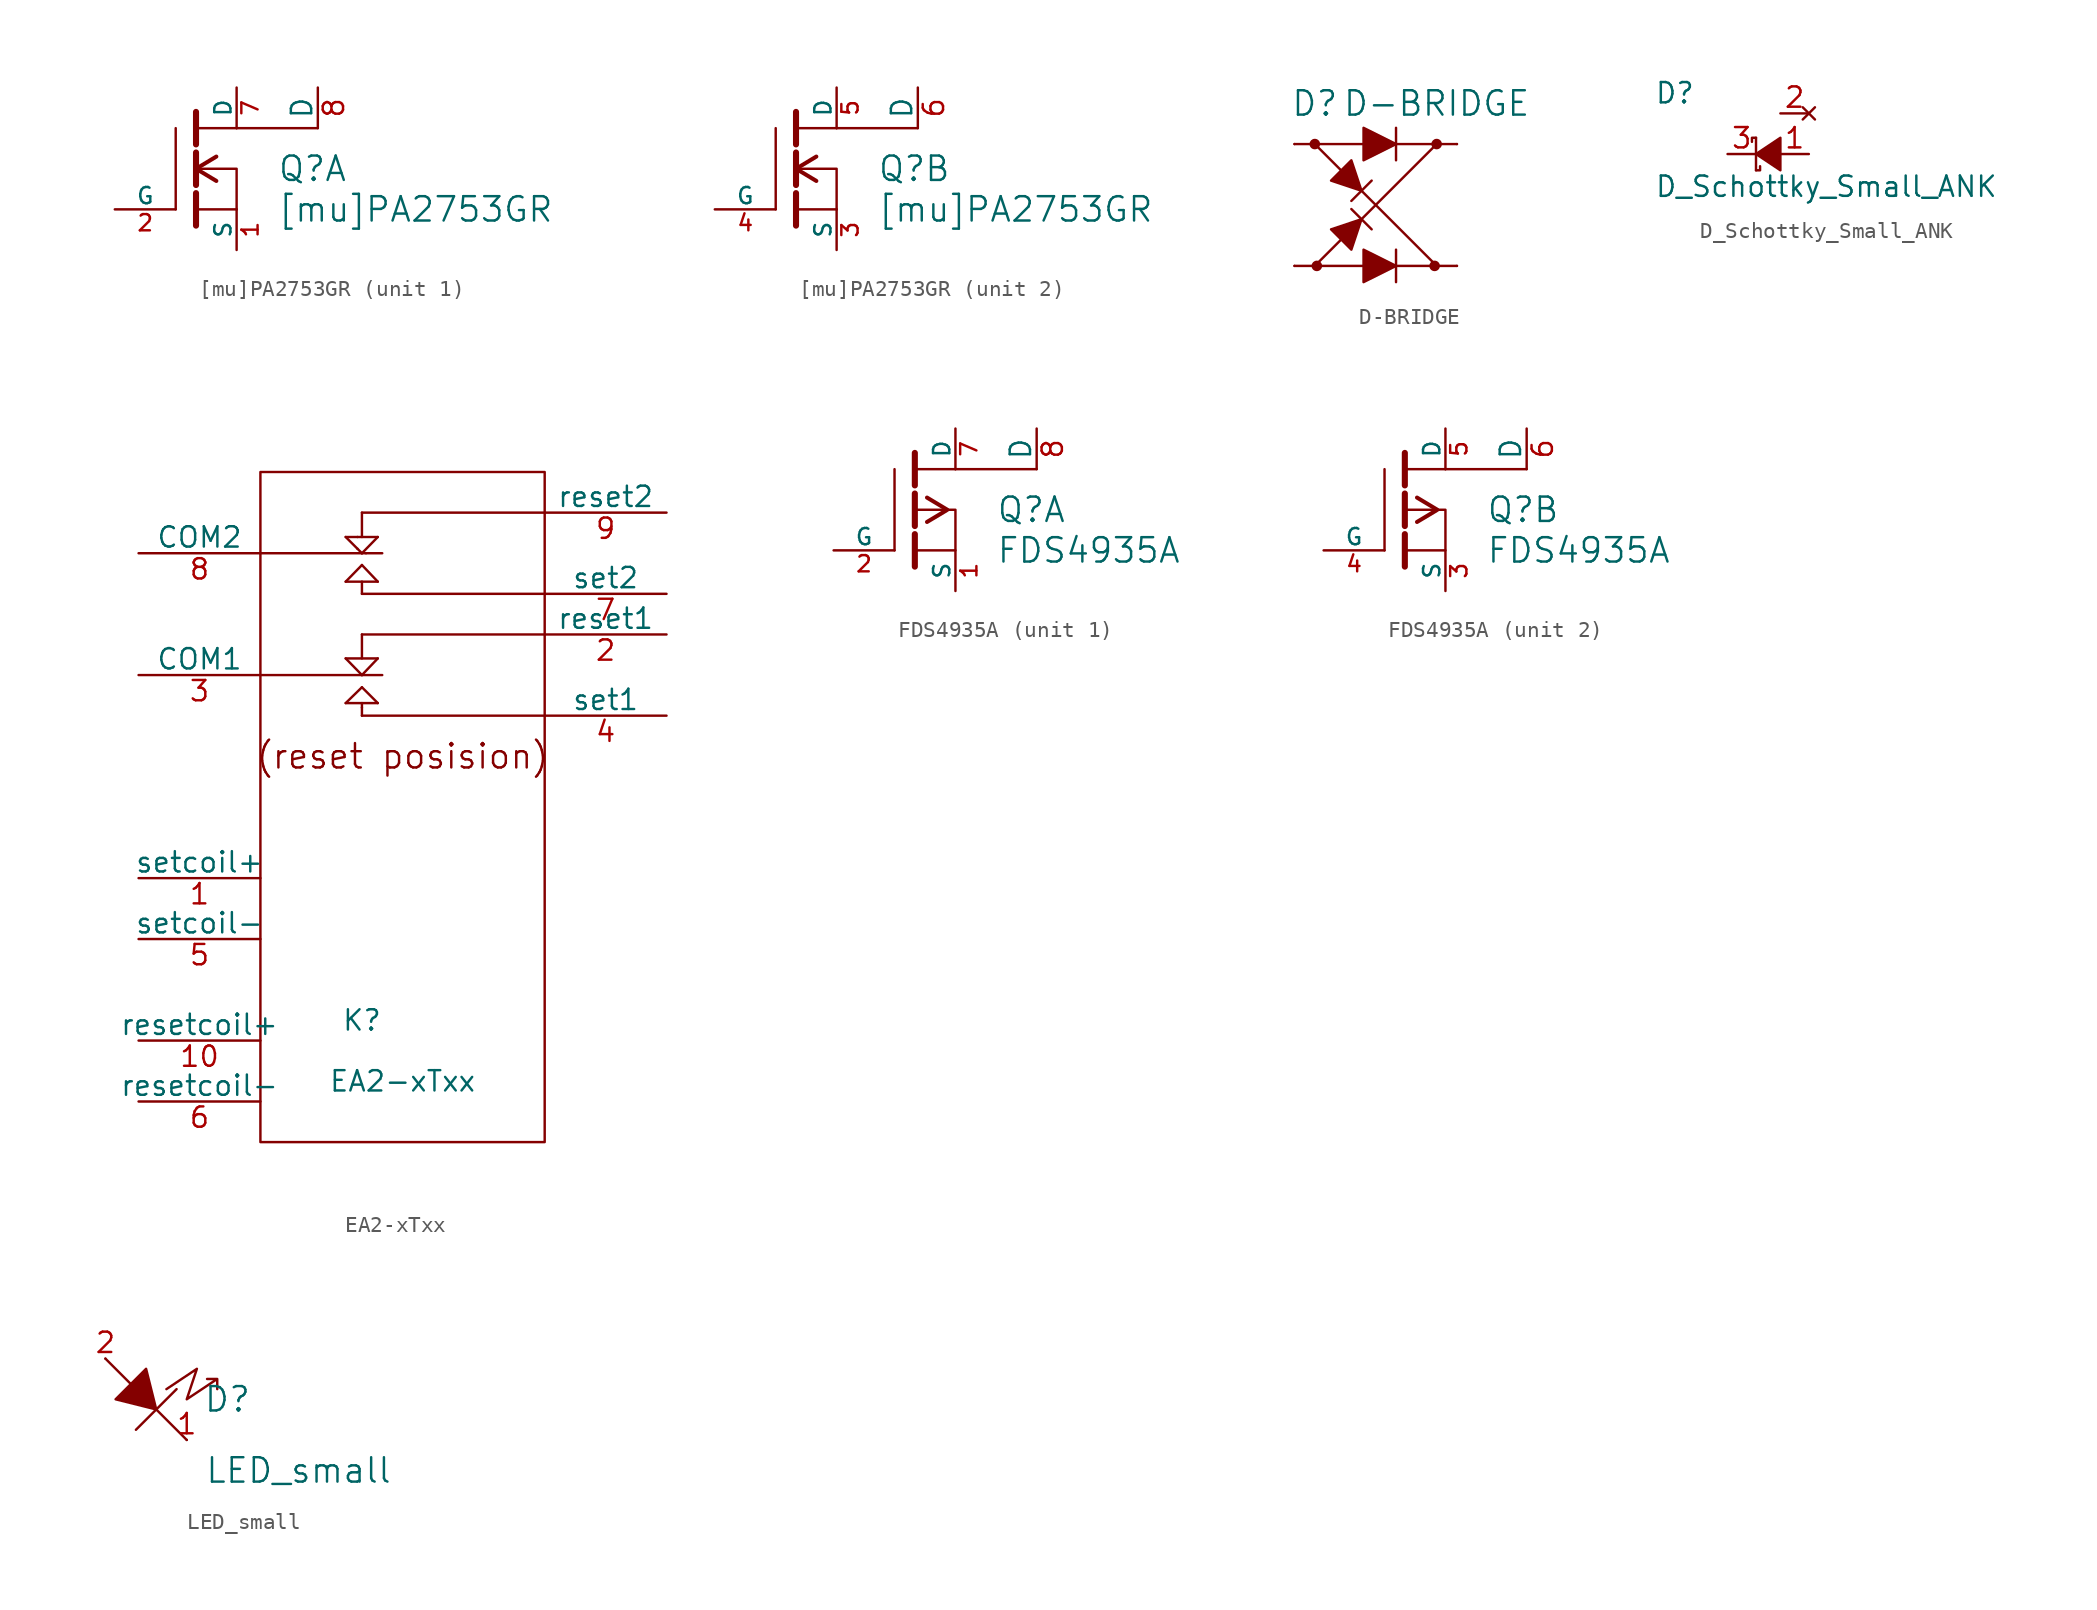
<source format=kicad_sym>
(kicad_symbol_lib
  (version 20220914)
  (generator kicad_symbol_editor)
  (symbol "[mu]PA2753GR"
    (pin_names
      (offset 0))
    (property "Reference" "Q"
      (at 5.08 2.54 0)
      (effects (font (size 1.524 1.524)) (justify left)))
    (property "Value" "[mu]PA2753GR"
      (at 5.08 0 0)
      (effects (font (size 1.524 1.524)) (justify left)))
    (property "Footprint" ""
      (at 0 0 0)
      (effects (font (size 1.524 1.524))))
    (property "Datasheet" ""
      (at 0 0 0)
      (effects (font (size 1.524 1.524))))
    (symbol "[mu]PA2753GR_0_1"
      (polyline (pts (xy -1.27 0) (xy -1.27 5.08)) (stroke (width 0) (type solid)) (fill (type none)))
      (polyline (pts (xy 0 -1.016) (xy 0 1.016)) (stroke (width 0.381) (type solid)) (fill (type none)))
      (polyline (pts (xy 0 1.524) (xy 0 3.556)) (stroke (width 0.381) (type solid)) (fill (type none)))
      (polyline (pts (xy 0 4.064) (xy 0 6.096)) (stroke (width 0.381) (type solid)) (fill (type none)))
      (polyline (pts (xy 2.54 0) (xy 0 0)) (stroke (width 0) (type solid)) (fill (type none)))
      (polyline (pts (xy 2.54 5.08) (xy 0 5.08)) (stroke (width 0) (type solid)) (fill (type none)))
      (polyline (pts (xy 2.54 5.08) (xy 7.62 5.08)) (stroke (width 0) (type solid)) (fill (type none)))
      (polyline (pts (xy 1.27 3.302) (xy 0 2.54) (xy 1.27 1.778)) (stroke (width 0.254) (type solid)) (fill (type none)))
      (polyline (pts (xy 2.54 0) (xy 2.54 2.54) (xy 0.254 2.54)) (stroke (width 0) (type solid)) (fill (type none))))
    (symbol "[mu]PA2753GR_1_1"
      (pin passive line (at 2.54 -2.54 90) (length 2.54) (name "S" (effects (font (size 1.016 1.016)))) (number "1" (effects (font (size 1.016 1.016)))))
      (pin input line (at -5.08 0 0) (length 3.81) (name "G" (effects (font (size 1.016 1.016)))) (number "2" (effects (font (size 1.016 1.016)))))
      (pin passive line (at 2.54 7.62 270) (length 2.54) (name "D" (effects (font (size 1.016 1.016)))) (number "7" (effects (font (size 1.016 1.016)))))
      (pin passive line (at 7.62 7.62 270) (length 2.54) (name "D" (effects (font (size 1.27 1.27)))) (number "8" (effects (font (size 1.27 1.27))))))
    (symbol "[mu]PA2753GR_2_1"
      (pin passive line (at 2.54 -2.54 90) (length 2.54) (name "S" (effects (font (size 1.016 1.016)))) (number "3" (effects (font (size 1.016 1.016)))))
      (pin input line (at -5.08 0 0) (length 3.81) (name "G" (effects (font (size 1.016 1.016)))) (number "4" (effects (font (size 1.016 1.016)))))
      (pin passive line (at 2.54 7.62 270) (length 2.54) (name "D" (effects (font (size 1.016 1.016)))) (number "5" (effects (font (size 1.016 1.016)))))
      (pin passive line (at 7.62 7.62 270) (length 2.54) (name "D" (effects (font (size 1.27 1.27)))) (number "6" (effects (font (size 1.27 1.27)))))))
  (symbol "D-BRIDGE"
    (pin_names
      (offset 1.016))
    (property "Reference" "D"
      (at -3.81 6.35 0)
      (effects (font (size 1.524 1.524))))
    (property "Value" "D-BRIDGE"
      (at 3.81 6.35 0)
      (effects (font (size 1.524 1.524))))
    (property "Footprint" ""
      (at 0 0 0)
      (effects (font (size 1.524 1.524))))
    (property "Datasheet" ""
      (at 0 0 0)
      (effects (font (size 1.524 1.524))))
    (symbol "D-BRIDGE_0_1"
      (circle (center -3.81 3.81) (radius 0.254) (stroke (width 0) (type solid)) (fill (type outline)))
      (circle (center -3.683 -3.81) (radius 0.254) (stroke (width 0) (type solid)) (fill (type outline)))
      (polyline (pts (xy -5.08 3.81) (xy 5.08 3.81)) (stroke (width 0) (type solid)) (fill (type none)))
      (polyline (pts (xy -3.81 -3.81) (xy 3.81 3.81)) (stroke (width 0) (type solid)) (fill (type none)))
      (polyline (pts (xy -3.81 3.81) (xy 3.81 -3.81)) (stroke (width 0) (type solid)) (fill (type none)))
      (polyline (pts (xy -1.524 -0.254) (xy -0.254 -1.524)) (stroke (width 0) (type solid)) (fill (type none)))
      (polyline (pts (xy -1.524 0.254) (xy -0.254 1.524)) (stroke (width 0) (type solid)) (fill (type none)))
      (polyline (pts (xy 1.27 -2.794) (xy 1.27 -4.826)) (stroke (width 0) (type solid)) (fill (type none)))
      (polyline (pts (xy 1.27 4.826) (xy 1.27 2.794)) (stroke (width 0) (type solid)) (fill (type none)))
      (polyline (pts (xy 5.08 -3.81) (xy -5.08 -3.81)) (stroke (width 0) (type solid)) (fill (type none)))
      (polyline (pts (xy -2.794 -1.524) (xy -1.524 -2.794) (xy -0.889 -0.889) (xy -2.794 -1.524)) (stroke (width 0) (type solid)) (fill (type outline)))
      (polyline (pts (xy -2.794 1.524) (xy -1.524 2.794) (xy -0.889 0.889) (xy -2.794 1.524)) (stroke (width 0) (type solid)) (fill (type outline)))
      (polyline (pts (xy -0.762 -2.794) (xy -0.762 -3.81) (xy -0.762 -4.826) (xy 1.27 -3.81) (xy -0.762 -2.794)) (stroke (width 0) (type solid)) (fill (type outline)))
      (polyline (pts (xy -0.762 4.826) (xy -0.762 3.81) (xy -0.762 2.794) (xy 1.27 3.81) (xy -0.762 4.826)) (stroke (width 0) (type solid)) (fill (type outline)))
      (circle (center 3.683 -3.81) (radius 0.254) (stroke (width 0) (type solid)) (fill (type outline)))
      (circle (center 3.81 3.81) (radius 0.254) (stroke (width 0) (type solid)) (fill (type outline))))
    (symbol "D-BRIDGE_1_1"
      (pin input line (at -5.08 -3.81 0) (length 0) (name "~" (effects (font (size 1.27 1.27)))) (number "~" (effects (font (size 1.27 1.27)))))
      (pin input line (at -5.08 3.81 0) (length 0) (name "~" (effects (font (size 1.27 1.27)))) (number "~" (effects (font (size 1.27 1.27)))))
      (pin input line (at 5.08 -3.81 180) (length 0) (name "~" (effects (font (size 1.27 1.27)))) (number "~" (effects (font (size 1.27 1.27)))))
      (pin input line (at 5.08 3.81 180) (length 0) (name "~" (effects (font (size 1.27 1.27)))) (number "~" (effects (font (size 1.27 1.27)))))))
  (symbol "D_Schottky_Small_ANK"
    (pin_names
      (offset 0.254) hide)
    (property "Reference" "D"
      (at -7.112 3.81 0)
      (effects (font (size 1.27 1.27)) (justify left)))
    (property "Value" "D_Schottky_Small_ANK"
      (at -7.112 -2.032 0)
      (effects (font (size 1.27 1.27)) (justify left)))
    (property "Footprint" ""
      (at 0 0 90)
      (effects (font (size 1.27 1.27))))
    (property "Datasheet" ""
      (at 0 0 90)
      (effects (font (size 1.27 1.27))))
    (symbol "D_Schottky_Small_ANK_0_1"
      (polyline (pts (xy -0.762 -1.016) (xy -0.762 1.016)) (stroke (width 0) (type solid)) (fill (type none)))
      (polyline (pts (xy -0.762 -1.016) (xy -0.508 -1.016) (xy -0.508 -0.762)) (stroke (width 0) (type solid)) (fill (type none)))
      (polyline (pts (xy -0.762 1.016) (xy -1.016 1.016) (xy -1.016 0.762)) (stroke (width 0) (type solid)) (fill (type none)))
      (polyline (pts (xy 0.762 -1.016) (xy -0.762 0) (xy 0.762 1.016) (xy 0.762 -1.016)) (stroke (width 0) (type solid)) (fill (type outline))))
    (symbol "D_Schottky_Small_ANK_1_1"
      (pin passive line (at 2.54 0 180) (length 1.778) (name "A" (effects (font (size 1.27 1.27)))) (number "1" (effects (font (size 1.27 1.27)))))
      (pin no_connect line (at 2.54 2.54 180) (length 1.778) (name "N/C" (effects (font (size 1.27 1.27)))) (number "2" (effects (font (size 1.27 1.27)))))
      (pin passive line (at -2.54 0 0) (length 1.778) (name "K" (effects (font (size 1.27 1.27)))) (number "3" (effects (font (size 1.27 1.27)))))))
  (symbol "EA2-xTxx"
    (pin_names
      (offset 0))
    (property "Reference" "K"
      (at -2.54 -15.24 0)
      (effects (font (size 1.27 1.27))))
    (property "Value" "EA2-xTxx"
      (at 0 -19.05 0)
      (effects (font (size 1.27 1.27))))
    (property "Footprint" ""
      (at -3.81 7.62 0)
      (effects (font (size 1.27 1.27))))
    (property "Datasheet" ""
      (at -3.81 7.62 0)
      (effects (font (size 1.27 1.27))))
    (symbol "EA2-xTxx_0_0"
      (polyline (pts (xy -2.54 13.97) (xy -8.89 13.97)) (stroke (width 0) (type solid)) (fill (type none)))
      (text "(reset posision)" (at 0 1.27 0) (effects (font (size 1.524 1.524)))))
    (symbol "EA2-xTxx_0_1"
      (rectangle (start -8.89 19.05) (end 8.89 -22.86) (stroke (width 0) (type solid)) (fill (type none)))
      (polyline (pts (xy -8.89 6.35) (xy -2.54 6.35)) (stroke (width 0) (type solid)) (fill (type none)))
      (polyline (pts (xy -3.556 4.597) (xy -1.549 4.597)) (stroke (width 0) (type solid)) (fill (type none)))
      (polyline (pts (xy -3.556 7.391) (xy -1.549 7.391)) (stroke (width 0) (type solid)) (fill (type none)))
      (polyline (pts (xy -3.556 12.192) (xy -2.54 13.233)) (stroke (width 0) (type solid)) (fill (type none)))
      (polyline (pts (xy -3.556 14.986) (xy -2.819 14.986)) (stroke (width 0) (type solid)) (fill (type none)))
      (polyline (pts (xy -2.819 14.249) (xy -3.556 14.986)) (stroke (width 0) (type solid)) (fill (type none)))
      (polyline (pts (xy -2.819 14.249) (xy -2.54 13.97)) (stroke (width 0) (type solid)) (fill (type none)))
      (polyline (pts (xy -2.819 14.986) (xy -1.549 14.986)) (stroke (width 0) (type solid)) (fill (type none)))
      (polyline (pts (xy -2.54 3.81) (xy -2.54 4.318)) (stroke (width 0) (type solid)) (fill (type none)))
      (polyline (pts (xy -2.54 4.318) (xy -2.54 4.597)) (stroke (width 0) (type solid)) (fill (type none)))
      (polyline (pts (xy -2.54 5.588) (xy -3.556 4.597)) (stroke (width 0) (type solid)) (fill (type none)))
      (polyline (pts (xy -2.54 6.35) (xy -3.556 7.391)) (stroke (width 0) (type solid)) (fill (type none)))
      (polyline (pts (xy -2.54 6.35) (xy -1.27 6.35)) (stroke (width 0) (type solid)) (fill (type none)))
      (polyline (pts (xy -2.54 8.89) (xy -2.54 7.391)) (stroke (width 0) (type solid)) (fill (type none)))
      (polyline (pts (xy -2.54 8.89) (xy 8.89 8.89)) (stroke (width 0) (type solid)) (fill (type none)))
      (polyline (pts (xy -2.54 11.43) (xy -2.54 12.192)) (stroke (width 0) (type solid)) (fill (type none)))
      (polyline (pts (xy -2.54 11.43) (xy 8.89 11.43)) (stroke (width 0) (type solid)) (fill (type none)))
      (polyline (pts (xy -2.54 13.233) (xy -1.549 12.192)) (stroke (width 0) (type solid)) (fill (type none)))
      (polyline (pts (xy -2.54 13.97) (xy -2.286 13.97)) (stroke (width 0) (type solid)) (fill (type none)))
      (polyline (pts (xy -2.54 16.51) (xy -2.54 14.986)) (stroke (width 0) (type solid)) (fill (type none)))
      (polyline (pts (xy -2.54 16.51) (xy 8.89 16.51)) (stroke (width 0) (type solid)) (fill (type none)))
      (polyline (pts (xy -2.286 13.97) (xy -1.27 13.97)) (stroke (width 0) (type solid)) (fill (type none)))
      (polyline (pts (xy -1.549 4.597) (xy -2.54 5.588)) (stroke (width 0) (type solid)) (fill (type none)))
      (polyline (pts (xy -1.549 7.391) (xy -2.54 6.35)) (stroke (width 0) (type solid)) (fill (type none)))
      (polyline (pts (xy -1.549 12.192) (xy -3.556 12.192)) (stroke (width 0) (type solid)) (fill (type none)))
      (polyline (pts (xy -1.549 14.986) (xy -2.54 13.97)) (stroke (width 0) (type solid)) (fill (type none)))
      (polyline (pts (xy 8.89 3.81) (xy -2.54 3.81)) (stroke (width 0) (type solid)) (fill (type none))))
    (symbol "EA2-xTxx_1_1"
      (pin input line (at -16.51 -6.35 0) (length 7.62) (name "setcoil+" (effects (font (size 1.27 1.27)))) (number "1" (effects (font (size 1.27 1.27)))))
      (pin input line (at -16.51 -16.51 0) (length 7.62) (name "resetcoil+" (effects (font (size 1.27 1.27)))) (number "10" (effects (font (size 1.27 1.27)))))
      (pin passive line (at 16.51 8.89 180) (length 7.62) (name "reset1" (effects (font (size 1.27 1.27)))) (number "2" (effects (font (size 1.27 1.27)))))
      (pin passive line (at -16.51 6.35 0) (length 7.62) (name "COM1" (effects (font (size 1.27 1.27)))) (number "3" (effects (font (size 1.27 1.27)))))
      (pin passive line (at 16.51 3.81 180) (length 7.62) (name "set1" (effects (font (size 1.27 1.27)))) (number "4" (effects (font (size 1.27 1.27)))))
      (pin input line (at -16.51 -10.16 0) (length 7.62) (name "setcoil-" (effects (font (size 1.27 1.27)))) (number "5" (effects (font (size 1.27 1.27)))))
      (pin input line (at -16.51 -20.32 0) (length 7.62) (name "resetcoil-" (effects (font (size 1.27 1.27)))) (number "6" (effects (font (size 1.27 1.27)))))
      (pin passive line (at 16.51 11.43 180) (length 7.62) (name "set2" (effects (font (size 1.27 1.27)))) (number "7" (effects (font (size 1.27 1.27)))))
      (pin passive line (at -16.51 13.97 0) (length 7.62) (name "COM2" (effects (font (size 1.27 1.27)))) (number "8" (effects (font (size 1.27 1.27)))))
      (pin passive line (at 16.51 16.51 180) (length 7.62) (name "reset2" (effects (font (size 1.27 1.27)))) (number "9" (effects (font (size 1.27 1.27)))))))
  (symbol "FDS4935A"
    (pin_names
      (offset 0))
    (property "Reference" "Q"
      (at 5.08 2.54 0)
      (effects (font (size 1.524 1.524)) (justify left)))
    (property "Value" "FDS4935A"
      (at 5.08 0 0)
      (effects (font (size 1.524 1.524)) (justify left)))
    (property "Footprint" ""
      (at 0 0 0)
      (effects (font (size 1.524 1.524))))
    (property "Datasheet" ""
      (at 0 0 0)
      (effects (font (size 1.524 1.524))))
    (symbol "FDS4935A_0_1"
      (polyline (pts (xy -1.27 0) (xy -1.27 5.08)) (stroke (width 0) (type solid)) (fill (type none)))
      (polyline (pts (xy 0 -1.016) (xy 0 1.016)) (stroke (width 0.381) (type solid)) (fill (type none)))
      (polyline (pts (xy 0 1.524) (xy 0 3.556)) (stroke (width 0.381) (type solid)) (fill (type none)))
      (polyline (pts (xy 0 4.064) (xy 0 6.096)) (stroke (width 0.381) (type solid)) (fill (type none)))
      (polyline (pts (xy 2.54 5.08) (xy 0 5.08)) (stroke (width 0) (type solid)) (fill (type none)))
      (polyline (pts (xy 2.54 5.08) (xy 7.62 5.08)) (stroke (width 0) (type solid)) (fill (type none)))
      (polyline (pts (xy 0.762 3.302) (xy 2.032 2.54) (xy 0.762 1.778)) (stroke (width 0.254) (type solid)) (fill (type none)))
      (polyline (pts (xy 0 2.54) (xy 2.54 2.54) (xy 2.54 0) (xy 0 0)) (stroke (width 0) (type solid)) (fill (type none))))
    (symbol "FDS4935A_1_1"
      (pin passive line (at 2.54 -2.54 90) (length 2.54) (name "S" (effects (font (size 1.016 1.016)))) (number "1" (effects (font (size 1.016 1.016)))))
      (pin input line (at -5.08 0 0) (length 3.81) (name "G" (effects (font (size 1.016 1.016)))) (number "2" (effects (font (size 1.016 1.016)))))
      (pin passive line (at 2.54 7.62 270) (length 2.54) (name "D" (effects (font (size 1.016 1.016)))) (number "7" (effects (font (size 1.016 1.016)))))
      (pin passive line (at 7.62 7.62 270) (length 2.54) (name "D" (effects (font (size 1.27 1.27)))) (number "8" (effects (font (size 1.27 1.27))))))
    (symbol "FDS4935A_2_1"
      (pin passive line (at 2.54 -2.54 90) (length 2.54) (name "S" (effects (font (size 1.016 1.016)))) (number "3" (effects (font (size 1.016 1.016)))))
      (pin input line (at -5.08 0 0) (length 3.81) (name "G" (effects (font (size 1.016 1.016)))) (number "4" (effects (font (size 1.016 1.016)))))
      (pin passive line (at 2.54 7.62 270) (length 2.54) (name "D" (effects (font (size 1.016 1.016)))) (number "5" (effects (font (size 1.016 1.016)))))
      (pin passive line (at 7.62 7.62 270) (length 2.54) (name "D" (effects (font (size 1.27 1.27)))) (number "6" (effects (font (size 1.27 1.27)))))))
  (symbol "LED_small"
    (pin_names
      (offset 0) hide)
    (property "Reference" "D"
      (at 5.08 0 0)
      (effects (font (size 1.524 1.524))))
    (property "Value" "LED_small"
      (at 9.525 -4.445 0)
      (effects (font (size 1.524 1.524))))
    (property "Footprint" ""
      (at 0 0 0)
      (effects (font (size 1.524 1.524))))
    (property "Datasheet" ""
      (at 0 0 0)
      (effects (font (size 1.524 1.524))))
    (symbol "LED_small_1_1"
      (polyline (pts (xy -0.635 -1.905) (xy 1.905 0.635)) (stroke (width 0) (type solid)) (fill (type none)))
      (polyline (pts (xy 2.54 -2.54) (xy -2.54 2.54)) (stroke (width 0) (type solid)) (fill (type none)))
      (polyline (pts (xy 0.635 -0.635) (xy -1.905 0) (xy 0 1.905) (xy 0.635 -0.635)) (stroke (width 0) (type solid)) (fill (type outline)))
      (polyline (pts (xy 1.27 0.635) (xy 3.175 1.905) (xy 2.54 0) (xy 4.445 1.27) (xy 3.81 1.27) (xy 4.445 1.27) (xy 4.445 0.635)) (stroke (width 0) (type solid)) (fill (type none)))
      (pin input line (at 2.54 -2.54 0) (length 0) (name "K" (effects (font (size 1.27 1.27)))) (number "1" (effects (font (size 1.27 1.27)))))
      (pin input line (at -2.54 2.54 0) (length 0) (name "A" (effects (font (size 1.27 1.27)))) (number "2" (effects (font (size 1.27 1.27))))))))
</source>
